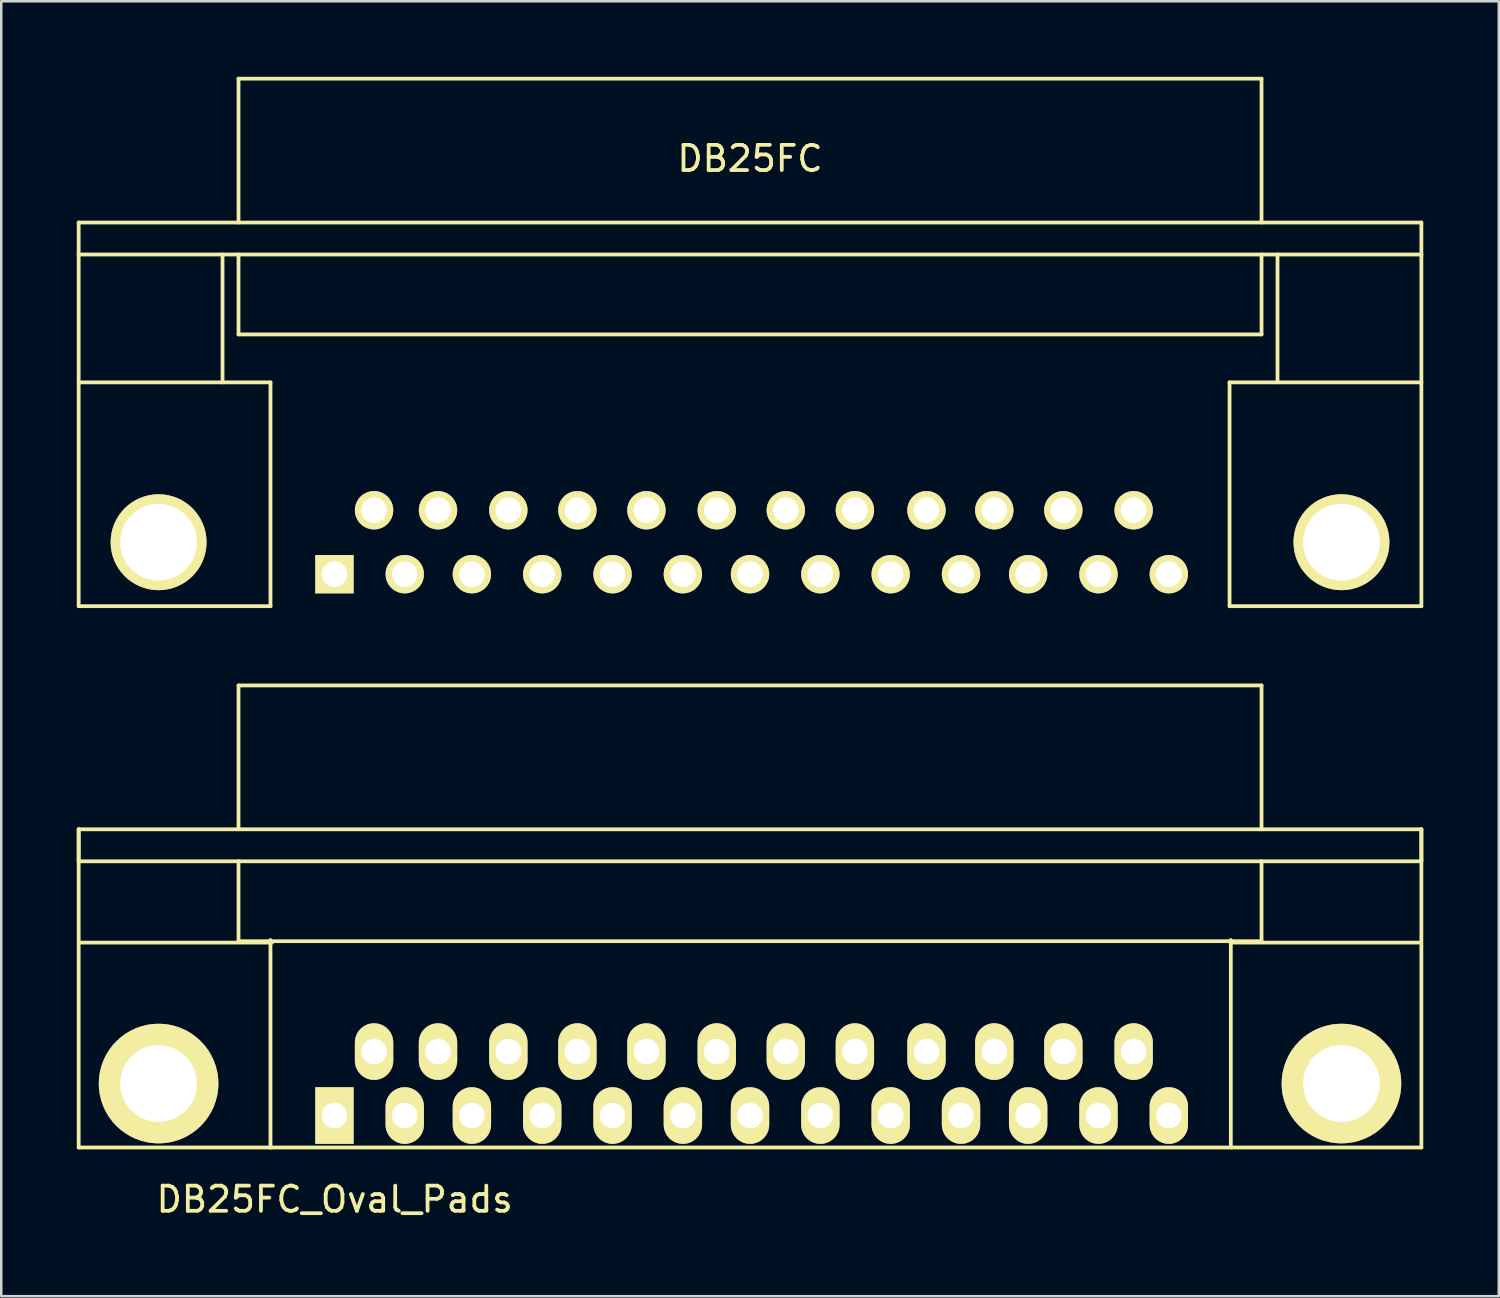
<source format=kicad_pcb>
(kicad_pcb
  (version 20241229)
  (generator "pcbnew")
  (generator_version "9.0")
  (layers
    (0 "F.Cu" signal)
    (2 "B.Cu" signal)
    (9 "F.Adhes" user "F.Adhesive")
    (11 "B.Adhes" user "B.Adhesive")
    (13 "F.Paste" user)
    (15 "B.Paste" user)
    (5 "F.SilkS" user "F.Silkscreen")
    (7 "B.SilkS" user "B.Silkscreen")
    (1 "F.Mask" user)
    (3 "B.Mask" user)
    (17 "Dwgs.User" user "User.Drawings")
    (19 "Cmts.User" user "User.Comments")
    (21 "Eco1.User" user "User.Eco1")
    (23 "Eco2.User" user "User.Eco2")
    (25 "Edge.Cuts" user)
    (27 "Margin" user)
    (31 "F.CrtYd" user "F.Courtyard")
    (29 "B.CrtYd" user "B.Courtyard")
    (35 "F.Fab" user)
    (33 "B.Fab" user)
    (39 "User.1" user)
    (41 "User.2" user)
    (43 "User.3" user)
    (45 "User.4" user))
  (footprint "DB25FC_Oval_Pads"
    (layer "F.Cu")
    (at 26.745 39.995)
    (property "Reference" "DB25FC_Oval_Pads" (at -16.5 4.6 0) (layer "F.SilkS") (effects (font (size 1 1) (thickness 0.15))))
    (attr through_hole)
    (fp_line (start -26.67 -10.1) (end -26.67 -8.83) (stroke (width 0.15) (type solid)) (layer "F.SilkS"))
    (fp_line (start -26.67 -8.83) (end 26.67 -8.83) (stroke (width 0.15) (type solid)) (layer "F.SilkS"))
    (fp_line (start -26.67 2.54) (end -26.67 -10.1) (stroke (width 0.15) (type solid)) (layer "F.SilkS"))
    (fp_line (start -26.67 2.54) (end -19.05 2.54) (stroke (width 0.15) (type solid)) (layer "F.SilkS"))
    (fp_line (start -26.61 -5.6) (end -18.99 -5.6) (stroke (width 0.15) (type solid)) (layer "F.SilkS"))
    (fp_line (start -20.32 -15.815) (end -20.32 -10.1) (stroke (width 0.15) (type solid)) (layer "F.SilkS"))
    (fp_line (start -20.32 -15.815) (end 20.32 -15.815) (stroke (width 0.15) (type solid)) (layer "F.SilkS"))
    (fp_line (start -20.32 -5.655) (end -20.32 -8.83) (stroke (width 0.15) (type solid)) (layer "F.SilkS"))
    (fp_line (start -20.32 -5.655) (end 20.32 -5.655) (stroke (width 0.15) (type solid)) (layer "F.SilkS"))
    (fp_line (start -19.05 -5.7) (end -19.05 2.54) (stroke (width 0.15) (type solid)) (layer "F.SilkS"))
    (fp_line (start -19.05 2.54) (end 26.67 2.54) (stroke (width 0.15) (type solid)) (layer "F.SilkS"))
    (fp_line (start 19.1 -5.7) (end 19.1 2.54) (stroke (width 0.15) (type solid)) (layer "F.SilkS"))
    (fp_line (start 20.32 -15.815) (end 20.32 -10.1) (stroke (width 0.15) (type solid)) (layer "F.SilkS"))
    (fp_line (start 20.32 -5.655) (end 20.32 -8.83) (stroke (width 0.15) (type solid)) (layer "F.SilkS"))
    (fp_line (start 26.6 -5.6) (end 19.09 -5.6) (stroke (width 0.15) (type solid)) (layer "F.SilkS"))
    (fp_line (start 26.67 -10.1) (end -26.67 -10.1) (stroke (width 0.15) (type solid)) (layer "F.SilkS"))
    (fp_line (start 26.67 -10.1) (end 26.67 2.54) (stroke (width 0.15) (type solid)) (layer "F.SilkS"))
    (fp_line (start 26.67 -8.83) (end 26.67 -10.1) (stroke (width 0.15) (type solid)) (layer "F.SilkS"))
    (pad "" thru_hole circle (at -23.495 0) (size 4.75 4.75) (drill 3.048) (layers "*.Cu" "*.Mask" "F.SilkS"))
    (pad "" thru_hole circle (at 23.495 0) (size 4.75 4.75) (drill 3.048) (layers "*.Cu" "*.Mask" "F.SilkS"))
    (pad "1" thru_hole rect (at -16.51 1.27) (size 1.524 2.25) (drill 1.016) (layers "*.Cu" "*.Mask" "F.SilkS"))
    (pad "2" thru_hole oval (at -13.716 1.27) (size 1.524 2.25) (drill 1.016) (layers "*.Cu" "*.Mask" "F.SilkS"))
    (pad "3" thru_hole oval (at -11.049 1.27) (size 1.524 2.25) (drill 1.016) (layers "*.Cu" "*.Mask" "F.SilkS"))
    (pad "4" thru_hole oval (at -8.255 1.27) (size 1.524 2.25) (drill 1.016) (layers "*.Cu" "*.Mask" "F.SilkS"))
    (pad "5" thru_hole oval (at -5.461 1.27) (size 1.524 2.25) (drill 1.016) (layers "*.Cu" "*.Mask" "F.SilkS"))
    (pad "6" thru_hole oval (at -2.667 1.27) (size 1.524 2.25) (drill 1.016) (layers "*.Cu" "*.Mask" "F.SilkS"))
    (pad "7" thru_hole oval (at 0 1.27) (size 1.524 2.25) (drill 1.016) (layers "*.Cu" "*.Mask" "F.SilkS"))
    (pad "8" thru_hole oval (at 2.794 1.27) (size 1.524 2.25) (drill 1.016) (layers "*.Cu" "*.Mask" "F.SilkS"))
    (pad "9" thru_hole oval (at 5.588 1.27) (size 1.524 2.25) (drill 1.016) (layers "*.Cu" "*.Mask" "F.SilkS"))
    (pad "10" thru_hole oval (at 8.382 1.27) (size 1.524 2.25) (drill 1.016) (layers "*.Cu" "*.Mask" "F.SilkS"))
    (pad "11" thru_hole oval (at 11.049 1.27) (size 1.524 2.25) (drill 1.016) (layers "*.Cu" "*.Mask" "F.SilkS"))
    (pad "12" thru_hole oval (at 13.843 1.27) (size 1.524 2.25) (drill 1.016) (layers "*.Cu" "*.Mask" "F.SilkS"))
    (pad "13" thru_hole oval (at 16.637 1.27) (size 1.524 2.25) (drill 1.016) (layers "*.Cu" "*.Mask" "F.SilkS"))
    (pad "14" thru_hole oval (at -14.935 -1.27) (size 1.524 2.25) (drill 1.016) (layers "*.Cu" "*.Mask" "F.SilkS"))
    (pad "15" thru_hole oval (at -12.395 -1.27) (size 1.524 2.25) (drill 1.016) (layers "*.Cu" "*.Mask" "F.SilkS"))
    (pad "16" thru_hole oval (at -9.601 -1.27) (size 1.524 2.25) (drill 1.016) (layers "*.Cu" "*.Mask" "F.SilkS"))
    (pad "17" thru_hole oval (at -6.858 -1.27) (size 1.524 2.25) (drill 1.016) (layers "*.Cu" "*.Mask" "F.SilkS"))
    (pad "18" thru_hole oval (at -4.115 -1.27) (size 1.524 2.25) (drill 1.016) (layers "*.Cu" "*.Mask" "F.SilkS"))
    (pad "19" thru_hole oval (at -1.321 -1.27) (size 1.524 2.25) (drill 1.016) (layers "*.Cu" "*.Mask" "F.SilkS"))
    (pad "20" thru_hole oval (at 1.422 -1.27) (size 1.524 2.25) (drill 1.016) (layers "*.Cu" "*.Mask" "F.SilkS"))
    (pad "21" thru_hole oval (at 4.166 -1.27) (size 1.524 2.25) (drill 1.016) (layers "*.Cu" "*.Mask" "F.SilkS"))
    (pad "22" thru_hole oval (at 7.01 -1.27) (size 1.524 2.25) (drill 1.016) (layers "*.Cu" "*.Mask" "F.SilkS"))
    (pad "23" thru_hole oval (at 9.703 -1.27) (size 1.524 2.25) (drill 1.016) (layers "*.Cu" "*.Mask" "F.SilkS"))
    (pad "24" thru_hole oval (at 12.446 -1.27) (size 1.524 2.25) (drill 1.016) (layers "*.Cu" "*.Mask" "F.SilkS"))
    (pad "25" thru_hole oval (at 15.24 -1.27) (size 1.524 2.25) (drill 1.016) (layers "*.Cu" "*.Mask" "F.SilkS")))
  (footprint "DB25FC"
    (layer "F.Cu")
    (at 26.745 18.49)
    (property "Reference" "DB25FC" (at 0 -15.24 0) (layer "F.SilkS") (effects (font (size 1 1) (thickness 0.15))))
    (attr through_hole)
    (fp_line (start -26.67 -12.7) (end -26.67 -11.43) (stroke (width 0.15) (type solid)) (layer "F.SilkS"))
    (fp_line (start -26.67 -11.43) (end 26.67 -11.43) (stroke (width 0.15) (type solid)) (layer "F.SilkS"))
    (fp_line (start -26.67 -6.35) (end -19.05 -6.35) (stroke (width 0.15) (type solid)) (layer "F.SilkS"))
    (fp_line (start -26.67 2.54) (end -26.67 -11.43) (stroke (width 0.15) (type solid)) (layer "F.SilkS"))
    (fp_line (start -26.67 2.54) (end -19.05 2.54) (stroke (width 0.15) (type solid)) (layer "F.SilkS"))
    (fp_line (start -20.955 -11.43) (end -20.955 -6.35) (stroke (width 0.15) (type solid)) (layer "F.SilkS"))
    (fp_line (start -20.32 -18.415) (end -20.32 -12.7) (stroke (width 0.15) (type solid)) (layer "F.SilkS"))
    (fp_line (start -20.32 -18.415) (end 20.32 -18.415) (stroke (width 0.15) (type solid)) (layer "F.SilkS"))
    (fp_line (start -20.32 -8.255) (end -20.32 -11.43) (stroke (width 0.15) (type solid)) (layer "F.SilkS"))
    (fp_line (start -20.32 -8.255) (end 20.32 -8.255) (stroke (width 0.15) (type solid)) (layer "F.SilkS"))
    (fp_line (start -19.05 -6.35) (end -19.05 2.54) (stroke (width 0.15) (type solid)) (layer "F.SilkS"))
    (fp_line (start 19.05 -6.35) (end 19.05 2.54) (stroke (width 0.15) (type solid)) (layer "F.SilkS"))
    (fp_line (start 19.05 2.54) (end 26.67 2.54) (stroke (width 0.15) (type solid)) (layer "F.SilkS"))
    (fp_line (start 20.32 -18.415) (end 20.32 -12.7) (stroke (width 0.15) (type solid)) (layer "F.SilkS"))
    (fp_line (start 20.32 -8.255) (end 20.32 -11.43) (stroke (width 0.15) (type solid)) (layer "F.SilkS"))
    (fp_line (start 20.955 -11.43) (end 20.955 -6.35) (stroke (width 0.15) (type solid)) (layer "F.SilkS"))
    (fp_line (start 26.67 -12.7) (end -26.67 -12.7) (stroke (width 0.15) (type solid)) (layer "F.SilkS"))
    (fp_line (start 26.67 -11.43) (end 26.67 -12.7) (stroke (width 0.15) (type solid)) (layer "F.SilkS"))
    (fp_line (start 26.67 -11.43) (end 26.67 2.54) (stroke (width 0.15) (type solid)) (layer "F.SilkS"))
    (fp_line (start 26.67 -6.35) (end 19.05 -6.35) (stroke (width 0.15) (type solid)) (layer "F.SilkS"))
    (pad "" thru_hole circle (at -23.495 0) (size 3.81 3.81) (drill 3.048) (layers "*.Cu" "*.Mask" "F.SilkS"))
    (pad "" thru_hole circle (at 23.495 0) (size 3.81 3.81) (drill 3.048) (layers "*.Cu" "*.Mask" "F.SilkS"))
    (pad "1" thru_hole rect (at -16.51 1.27) (size 1.524 1.524) (drill 1.016) (layers "*.Cu" "*.Mask" "F.SilkS"))
    (pad "2" thru_hole circle (at -13.716 1.27) (size 1.524 1.524) (drill 1.016) (layers "*.Cu" "*.Mask" "F.SilkS"))
    (pad "3" thru_hole circle (at -11.049 1.27) (size 1.524 1.524) (drill 1.016) (layers "*.Cu" "*.Mask" "F.SilkS"))
    (pad "4" thru_hole circle (at -8.255 1.27) (size 1.524 1.524) (drill 1.016) (layers "*.Cu" "*.Mask" "F.SilkS"))
    (pad "5" thru_hole circle (at -5.461 1.27) (size 1.524 1.524) (drill 1.016) (layers "*.Cu" "*.Mask" "F.SilkS"))
    (pad "6" thru_hole circle (at -2.667 1.27) (size 1.524 1.524) (drill 1.016) (layers "*.Cu" "*.Mask" "F.SilkS"))
    (pad "7" thru_hole circle (at 0 1.27) (size 1.524 1.524) (drill 1.016) (layers "*.Cu" "*.Mask" "F.SilkS"))
    (pad "8" thru_hole circle (at 2.794 1.27) (size 1.524 1.524) (drill 1.016) (layers "*.Cu" "*.Mask" "F.SilkS"))
    (pad "9" thru_hole circle (at 5.588 1.27) (size 1.524 1.524) (drill 1.016) (layers "*.Cu" "*.Mask" "F.SilkS"))
    (pad "10" thru_hole circle (at 8.382 1.27) (size 1.524 1.524) (drill 1.016) (layers "*.Cu" "*.Mask" "F.SilkS"))
    (pad "11" thru_hole circle (at 11.049 1.27) (size 1.524 1.524) (drill 1.016) (layers "*.Cu" "*.Mask" "F.SilkS"))
    (pad "12" thru_hole circle (at 13.843 1.27) (size 1.524 1.524) (drill 1.016) (layers "*.Cu" "*.Mask" "F.SilkS"))
    (pad "13" thru_hole circle (at 16.637 1.27) (size 1.524 1.524) (drill 1.016) (layers "*.Cu" "*.Mask" "F.SilkS"))
    (pad "14" thru_hole circle (at -14.935 -1.27) (size 1.524 1.524) (drill 1.016) (layers "*.Cu" "*.Mask" "F.SilkS"))
    (pad "15" thru_hole circle (at -12.395 -1.27) (size 1.524 1.524) (drill 1.016) (layers "*.Cu" "*.Mask" "F.SilkS"))
    (pad "16" thru_hole circle (at -9.601 -1.27) (size 1.524 1.524) (drill 1.016) (layers "*.Cu" "*.Mask" "F.SilkS"))
    (pad "17" thru_hole circle (at -6.858 -1.27) (size 1.524 1.524) (drill 1.016) (layers "*.Cu" "*.Mask" "F.SilkS"))
    (pad "18" thru_hole circle (at -4.115 -1.27) (size 1.524 1.524) (drill 1.016) (layers "*.Cu" "*.Mask" "F.SilkS"))
    (pad "19" thru_hole circle (at -1.321 -1.27) (size 1.524 1.524) (drill 1.016) (layers "*.Cu" "*.Mask" "F.SilkS"))
    (pad "20" thru_hole circle (at 1.422 -1.27) (size 1.524 1.524) (drill 1.016) (layers "*.Cu" "*.Mask" "F.SilkS"))
    (pad "21" thru_hole circle (at 4.166 -1.27) (size 1.524 1.524) (drill 1.016) (layers "*.Cu" "*.Mask" "F.SilkS"))
    (pad "22" thru_hole circle (at 7.01 -1.27) (size 1.524 1.524) (drill 1.016) (layers "*.Cu" "*.Mask" "F.SilkS"))
    (pad "23" thru_hole circle (at 9.703 -1.27) (size 1.524 1.524) (drill 1.016) (layers "*.Cu" "*.Mask" "F.SilkS"))
    (pad "24" thru_hole circle (at 12.446 -1.27) (size 1.524 1.524) (drill 1.016) (layers "*.Cu" "*.Mask" "F.SilkS"))
    (pad "25" thru_hole circle (at 15.24 -1.27) (size 1.524 1.524) (drill 1.016) (layers "*.Cu" "*.Mask" "F.SilkS")))
  (gr_rect
    (start -3 -3)
    (end 56.49 48.443)
    (stroke (width 0.1) (type default))
    (fill no)
    (layer "Edge.Cuts")))
</source>
